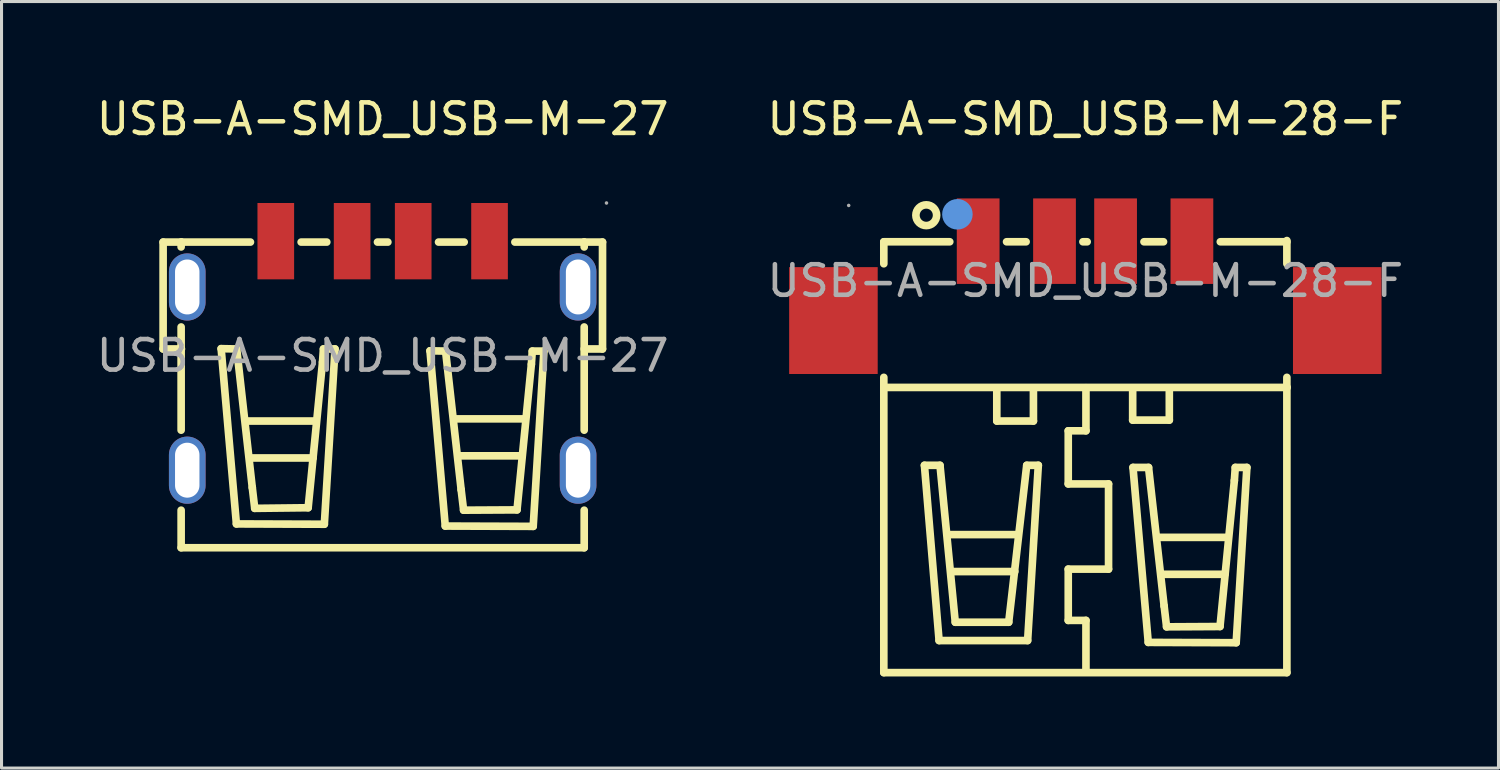
<source format=kicad_pcb>
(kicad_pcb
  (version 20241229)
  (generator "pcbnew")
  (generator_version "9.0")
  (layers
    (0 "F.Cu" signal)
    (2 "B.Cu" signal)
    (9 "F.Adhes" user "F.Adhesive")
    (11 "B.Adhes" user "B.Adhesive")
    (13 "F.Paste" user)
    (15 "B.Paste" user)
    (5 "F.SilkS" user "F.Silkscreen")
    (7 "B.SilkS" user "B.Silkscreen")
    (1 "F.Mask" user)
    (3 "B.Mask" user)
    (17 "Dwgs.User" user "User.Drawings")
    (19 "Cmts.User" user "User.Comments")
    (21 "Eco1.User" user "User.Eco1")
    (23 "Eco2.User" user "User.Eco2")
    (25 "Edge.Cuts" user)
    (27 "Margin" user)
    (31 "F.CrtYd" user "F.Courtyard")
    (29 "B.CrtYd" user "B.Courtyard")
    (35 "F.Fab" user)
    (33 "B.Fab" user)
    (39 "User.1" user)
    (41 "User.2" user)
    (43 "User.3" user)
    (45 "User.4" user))
  (footprint "USB-A-SMD_USB-M-27"
    (layer "F.Cu")
    (at 9.482 8.598)
    (property "Reference" "USB-A-SMD_USB-M-27" (at 0 -7.75 0) (layer "F.SilkS") (effects (font (size 1 1) (thickness 0.15))))
    (attr through_hole)
    (fp_line (start -7.19 -0.22) (end -7.19 -3.72) (stroke (width 0.25) (type solid)) (layer "F.SilkS"))
    (fp_line (start -6.6 -3.56) (end -6.6 -3.72) (stroke (width 0.25) (type solid)) (layer "F.SilkS"))
    (fp_line (start -6.6 2.44) (end -6.6 -0.94) (stroke (width 0.25) (type solid)) (layer "F.SilkS"))
    (fp_line (start -6.6 6.29) (end -6.6 5.06) (stroke (width 0.25) (type solid)) (layer "F.SilkS"))
    (fp_line (start -6.6 6.29) (end 6.6 6.29) (stroke (width 0.25) (type solid)) (layer "F.SilkS"))
    (fp_line (start -6.59 -3.72) (end -7.19 -3.72) (stroke (width 0.25) (type solid)) (layer "F.SilkS"))
    (fp_line (start -6.59 -3.72) (end -4.33 -3.72) (stroke (width 0.25) (type solid)) (layer "F.SilkS"))
    (fp_line (start -6.59 -0.22) (end -7.19 -0.22) (stroke (width 0.25) (type solid)) (layer "F.SilkS"))
    (fp_line (start -5.29 -0.23) (end -4.78 -0.22) (stroke (width 0.25) (type solid)) (layer "F.SilkS"))
    (fp_line (start -4.79 5.51) (end -5.29 -0.23) (stroke (width 0.25) (type solid)) (layer "F.SilkS"))
    (fp_line (start -4.78 -0.22) (end -4.27 4.32) (stroke (width 0.25) (type solid)) (layer "F.SilkS"))
    (fp_line (start -4.45 2.14) (end -2.19 2.14) (stroke (width 0.25) (type solid)) (layer "F.SilkS"))
    (fp_line (start -4.31 3.35) (end -2.28 3.35) (stroke (width 0.25) (type solid)) (layer "F.SilkS"))
    (fp_line (start -4.27 4.32) (end -4.19 5) (stroke (width 0.25) (type solid)) (layer "F.SilkS"))
    (fp_line (start -4.19 5) (end -2.44 4.98) (stroke (width 0.25) (type solid)) (layer "F.SilkS"))
    (fp_line (start -2.67 -3.72) (end -1.83 -3.72) (stroke (width 0.25) (type solid)) (layer "F.SilkS"))
    (fp_line (start -2.44 4.98) (end -1.97 0.21) (stroke (width 0.25) (type solid)) (layer "F.SilkS"))
    (fp_line (start -1.97 0.21) (end -1.94 -0.22) (stroke (width 0.25) (type solid)) (layer "F.SilkS"))
    (fp_line (start -1.94 -0.22) (end -1.56 -0.22) (stroke (width 0.25) (type solid)) (layer "F.SilkS"))
    (fp_line (start -1.91 5.52) (end -4.79 5.51) (stroke (width 0.25) (type solid)) (layer "F.SilkS"))
    (fp_line (start -1.56 -0.22) (end -1.91 5.52) (stroke (width 0.25) (type solid)) (layer "F.SilkS"))
    (fp_line (start -0.17 -3.72) (end 0.17 -3.72) (stroke (width 0.25) (type solid)) (layer "F.SilkS"))
    (fp_line (start 1.55 -0.16) (end 2.06 -0.15) (stroke (width 0.25) (type solid)) (layer "F.SilkS"))
    (fp_line (start 1.83 -3.72) (end 2.67 -3.72) (stroke (width 0.25) (type solid)) (layer "F.SilkS"))
    (fp_line (start 2.05 5.58) (end 1.55 -0.16) (stroke (width 0.25) (type solid)) (layer "F.SilkS"))
    (fp_line (start 2.06 -0.15) (end 2.57 4.39) (stroke (width 0.25) (type solid)) (layer "F.SilkS"))
    (fp_line (start 2.4 2.07) (end 4.66 2.07) (stroke (width 0.25) (type solid)) (layer "F.SilkS"))
    (fp_line (start 2.54 3.28) (end 4.57 3.28) (stroke (width 0.25) (type solid)) (layer "F.SilkS"))
    (fp_line (start 2.57 4.39) (end 2.65 5.06) (stroke (width 0.25) (type solid)) (layer "F.SilkS"))
    (fp_line (start 2.65 5.06) (end 4.4 5.05) (stroke (width 0.25) (type solid)) (layer "F.SilkS"))
    (fp_line (start 4.33 -3.72) (end 6.6 -3.72) (stroke (width 0.25) (type solid)) (layer "F.SilkS"))
    (fp_line (start 4.4 5.05) (end 4.87 0.28) (stroke (width 0.25) (type solid)) (layer "F.SilkS"))
    (fp_line (start 4.87 0.28) (end 4.9 -0.15) (stroke (width 0.25) (type solid)) (layer "F.SilkS"))
    (fp_line (start 4.9 -0.15) (end 5.28 -0.15) (stroke (width 0.25) (type solid)) (layer "F.SilkS"))
    (fp_line (start 4.93 5.59) (end 2.05 5.58) (stroke (width 0.25) (type solid)) (layer "F.SilkS"))
    (fp_line (start 5.28 -0.15) (end 4.93 5.59) (stroke (width 0.25) (type solid)) (layer "F.SilkS"))
    (fp_line (start 6.6 -3.72) (end 7.2 -3.72) (stroke (width 0.25) (type solid)) (layer "F.SilkS"))
    (fp_line (start 6.6 -3.56) (end 6.6 -3.72) (stroke (width 0.25) (type solid)) (layer "F.SilkS"))
    (fp_line (start 6.6 -0.22) (end 7.2 -0.22) (stroke (width 0.25) (type solid)) (layer "F.SilkS"))
    (fp_line (start 6.6 2.44) (end 6.6 -0.94) (stroke (width 0.25) (type solid)) (layer "F.SilkS"))
    (fp_line (start 6.6 6.29) (end 6.6 5.06) (stroke (width 0.25) (type solid)) (layer "F.SilkS"))
    (fp_line (start 7.2 -3.72) (end 7.2 -0.22) (stroke (width 0.25) (type solid)) (layer "F.SilkS"))
    (fp_circle (center 7.33 -5) (end 7.36 -5) (stroke (width 0.06) (type solid)) (fill no) (layer "F.Fab"))
    (fp_text user "${REFERENCE}" (at 0 0 0) (layer "F.Fab") (effects (font (size 1 1) (thickness 0.15))))
    (pad "0" thru_hole oval (at -6.4 -2.25 270) (size 2.2 1.2) (drill oval 1.8 0.8) (layers "*.Cu" "*.Paste" "*.Mask"))
    (pad "0" thru_hole oval (at -6.4 3.75 270) (size 2.2 1.2) (drill oval 1.8 0.8) (layers "*.Cu" "*.Paste" "*.Mask"))
    (pad "0" thru_hole oval (at 6.4 -2.25 90) (size 2.2 1.2) (drill oval 1.8 0.8) (layers "*.Cu" "*.Paste" "*.Mask"))
    (pad "0" thru_hole oval (at 6.4 3.75 90) (size 2.2 1.2) (drill oval 1.8 0.8) (layers "*.Cu" "*.Paste" "*.Mask"))
    (pad "1" smd rect (at 3.5 -3.75 180) (size 1.2 2.5) (layers "F.Cu" "F.Mask" "F.Paste"))
    (pad "2" smd rect (at 1 -3.75 180) (size 1.2 2.5) (layers "F.Cu" "F.Mask" "F.Paste"))
    (pad "3" smd rect (at -1 -3.75 180) (size 1.2 2.5) (layers "F.Cu" "F.Mask" "F.Paste"))
    (pad "4" smd rect (at -3.5 -3.75 180) (size 1.2 2.5) (layers "F.Cu" "F.Mask" "F.Paste")))
  (footprint "USB-A-SMD_USB-M-28-F"
    (layer "F.Cu")
    (at 32.494 6.148)
    (property "Reference" "USB-A-SMD_USB-M-28-F" (at 0 -5.3 0) (layer "F.SilkS") (effects (font (size 1 1) (thickness 0.15))))
    (attr through_hole)
    (fp_line (start -6.6 -1.28) (end -6.6 -0.56) (stroke (width 0.25) (type solid)) (layer "F.SilkS"))
    (fp_line (start -6.6 3.16) (end -6.6 12.83) (stroke (width 0.25) (type solid)) (layer "F.SilkS"))
    (fp_line (start -6.6 12.83) (end 6.6 12.83) (stroke (width 0.25) (type solid)) (layer "F.SilkS"))
    (fp_line (start -6.59 3.49) (end 6.61 3.49) (stroke (width 0.25) (type solid)) (layer "F.SilkS"))
    (fp_line (start -5.27 6.04) (end -4.76 6.04) (stroke (width 0.25) (type solid)) (layer "F.SilkS"))
    (fp_line (start -4.79 11.78) (end -5.27 6.04) (stroke (width 0.25) (type solid)) (layer "F.SilkS"))
    (fp_line (start -4.76 6.04) (end -4.26 11.18) (stroke (width 0.25) (type solid)) (layer "F.SilkS"))
    (fp_line (start -4.48 8.31) (end -2.22 8.31) (stroke (width 0.25) (type solid)) (layer "F.SilkS"))
    (fp_line (start -4.44 -1.28) (end -6.6 -1.28) (stroke (width 0.25) (type solid)) (layer "F.SilkS"))
    (fp_line (start -4.34 9.52) (end -2.31 9.52) (stroke (width 0.25) (type solid)) (layer "F.SilkS"))
    (fp_line (start -4.26 11.18) (end -2.51 11.18) (stroke (width 0.25) (type solid)) (layer "F.SilkS"))
    (fp_line (start -2.9 3.58) (end -2.9 4.59) (stroke (width 0.25) (type solid)) (layer "F.SilkS"))
    (fp_line (start -2.9 4.59) (end -1.7 4.59) (stroke (width 0.25) (type solid)) (layer "F.SilkS"))
    (fp_line (start -2.51 11.18) (end -1.92 6.04) (stroke (width 0.25) (type solid)) (layer "F.SilkS"))
    (fp_line (start -1.94 -1.28) (end -2.58 -1.28) (stroke (width 0.25) (type solid)) (layer "F.SilkS"))
    (fp_line (start -1.92 6.04) (end -1.54 6.04) (stroke (width 0.25) (type solid)) (layer "F.SilkS"))
    (fp_line (start -1.89 11.78) (end -4.79 11.78) (stroke (width 0.25) (type solid)) (layer "F.SilkS"))
    (fp_line (start -1.7 4.59) (end -1.7 3.59) (stroke (width 0.25) (type solid)) (layer "F.SilkS"))
    (fp_line (start -1.54 6.04) (end -1.89 11.78) (stroke (width 0.25) (type solid)) (layer "F.SilkS"))
    (fp_line (start -0.56 4.91) (end -0.56 6.65) (stroke (width 0.25) (type solid)) (layer "F.SilkS"))
    (fp_line (start -0.56 6.65) (end 0.76 6.65) (stroke (width 0.25) (type solid)) (layer "F.SilkS"))
    (fp_line (start -0.56 9.44) (end -0.56 11.12) (stroke (width 0.25) (type solid)) (layer "F.SilkS"))
    (fp_line (start -0.56 11.12) (end 0.02 11.12) (stroke (width 0.25) (type solid)) (layer "F.SilkS"))
    (fp_line (start 0.02 3.5) (end 0.02 4.91) (stroke (width 0.25) (type solid)) (layer "F.SilkS"))
    (fp_line (start 0.02 4.91) (end -0.56 4.91) (stroke (width 0.25) (type solid)) (layer "F.SilkS"))
    (fp_line (start 0.02 11.12) (end 0.02 12.78) (stroke (width 0.25) (type solid)) (layer "F.SilkS"))
    (fp_line (start 0.06 -1.28) (end -0.08 -1.28) (stroke (width 0.25) (type solid)) (layer "F.SilkS"))
    (fp_line (start 0.76 6.65) (end 0.76 9.44) (stroke (width 0.25) (type solid)) (layer "F.SilkS"))
    (fp_line (start 0.76 9.44) (end -0.56 9.44) (stroke (width 0.25) (type solid)) (layer "F.SilkS"))
    (fp_line (start 1.55 3.55) (end 1.55 4.56) (stroke (width 0.25) (type solid)) (layer "F.SilkS"))
    (fp_line (start 1.55 4.56) (end 2.75 4.56) (stroke (width 0.25) (type solid)) (layer "F.SilkS"))
    (fp_line (start 1.56 6.11) (end 2.07 6.11) (stroke (width 0.25) (type solid)) (layer "F.SilkS"))
    (fp_line (start 2.06 11.84) (end 1.56 6.11) (stroke (width 0.25) (type solid)) (layer "F.SilkS"))
    (fp_line (start 2.07 6.11) (end 2.58 10.65) (stroke (width 0.25) (type solid)) (layer "F.SilkS"))
    (fp_line (start 2.4 8.4) (end 4.66 8.4) (stroke (width 0.25) (type solid)) (layer "F.SilkS"))
    (fp_line (start 2.54 9.61) (end 4.57 9.61) (stroke (width 0.25) (type solid)) (layer "F.SilkS"))
    (fp_line (start 2.56 -1.28) (end 1.92 -1.28) (stroke (width 0.25) (type solid)) (layer "F.SilkS"))
    (fp_line (start 2.58 10.65) (end 2.66 11.33) (stroke (width 0.25) (type solid)) (layer "F.SilkS"))
    (fp_line (start 2.66 11.33) (end 4.41 11.32) (stroke (width 0.25) (type solid)) (layer "F.SilkS"))
    (fp_line (start 2.75 4.56) (end 2.75 3.56) (stroke (width 0.25) (type solid)) (layer "F.SilkS"))
    (fp_line (start 4.41 11.32) (end 4.88 6.54) (stroke (width 0.25) (type solid)) (layer "F.SilkS"))
    (fp_line (start 4.88 6.54) (end 4.91 6.11) (stroke (width 0.25) (type solid)) (layer "F.SilkS"))
    (fp_line (start 4.91 6.11) (end 5.29 6.11) (stroke (width 0.25) (type solid)) (layer "F.SilkS"))
    (fp_line (start 4.94 11.85) (end 2.06 11.84) (stroke (width 0.25) (type solid)) (layer "F.SilkS"))
    (fp_line (start 5.29 6.11) (end 4.94 11.85) (stroke (width 0.25) (type solid)) (layer "F.SilkS"))
    (fp_line (start 6.6 -1.28) (end 4.42 -1.28) (stroke (width 0.25) (type solid)) (layer "F.SilkS"))
    (fp_line (start 6.6 -0.56) (end 6.6 -1.32) (stroke (width 0.25) (type solid)) (layer "F.SilkS"))
    (fp_line (start 6.6 12.83) (end 6.6 3.16) (stroke (width 0.25) (type solid)) (layer "F.SilkS"))
    (fp_circle (center -5.21 -2.15) (end -4.87 -2.15) (stroke (width 0.25) (type solid)) (fill no) (layer "F.SilkS"))
    (fp_circle (center -4.19 -2.18) (end -3.94 -2.18) (stroke (width 0.5) (type solid)) (fill no) (layer "Cmts.User"))
    (fp_circle (center -7.75 -2.47) (end -7.72 -2.47) (stroke (width 0.06) (type solid)) (fill no) (layer "F.Fab"))
    (fp_text user "${REFERENCE}" (at 0 0 0) (layer "F.Fab") (effects (font (size 1 1) (thickness 0.15))))
    (pad "1" smd rect (at -3.51 -1.3) (size 1.4 2.8) (layers "F.Cu" "F.Mask" "F.Paste"))
    (pad "2" smd rect (at -1.01 -1.3) (size 1.4 2.8) (layers "F.Cu" "F.Mask" "F.Paste"))
    (pad "3" smd rect (at 0.99 -1.3) (size 1.4 2.8) (layers "F.Cu" "F.Mask" "F.Paste"))
    (pad "4" smd rect (at 3.49 -1.3) (size 1.4 2.8) (layers "F.Cu" "F.Mask" "F.Paste"))
    (pad "5" smd rect (at 8.25 1.3 90) (size 3.5 2.9) (layers "F.Cu" "F.Mask" "F.Paste"))
    (pad "6" smd rect (at -8.25 1.3 90) (size 3.5 2.9) (layers "F.Cu" "F.Mask" "F.Paste")))
  (gr_rect
    (start -3 -3)
    (end 46.024 22.103)
    (stroke (width 0.1) (type default))
    (fill no)
    (layer "Edge.Cuts")))
</source>
